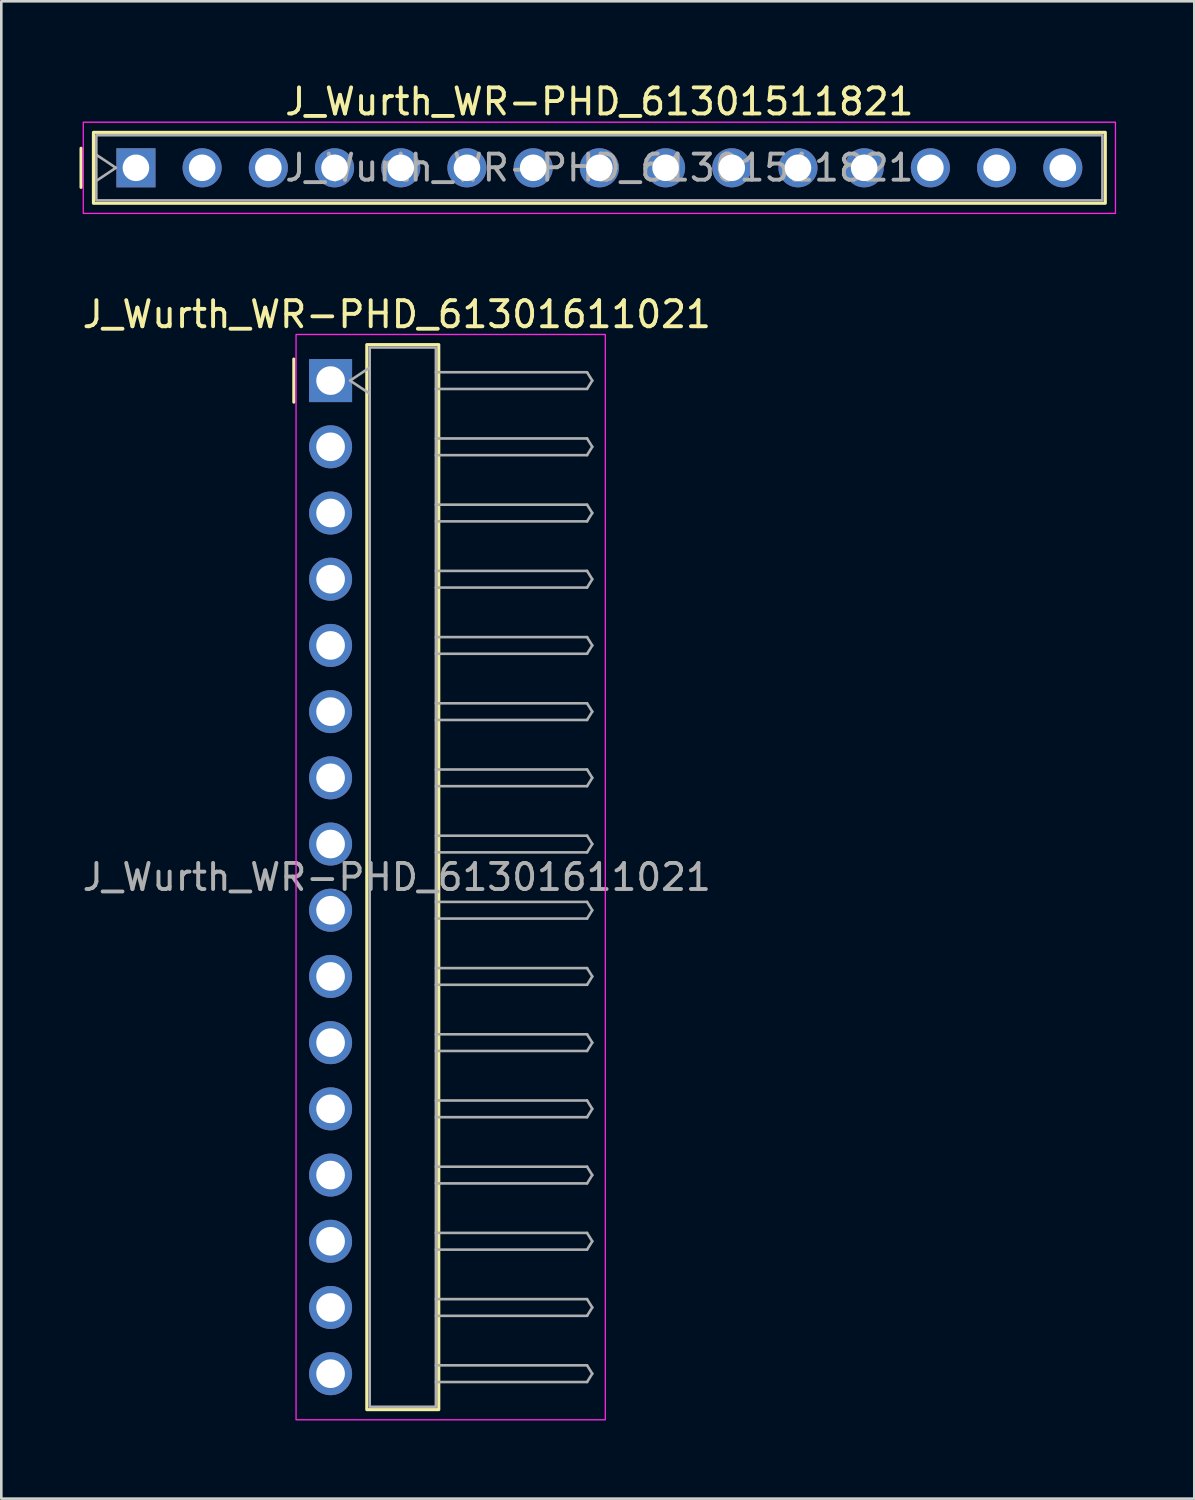
<source format=kicad_pcb>
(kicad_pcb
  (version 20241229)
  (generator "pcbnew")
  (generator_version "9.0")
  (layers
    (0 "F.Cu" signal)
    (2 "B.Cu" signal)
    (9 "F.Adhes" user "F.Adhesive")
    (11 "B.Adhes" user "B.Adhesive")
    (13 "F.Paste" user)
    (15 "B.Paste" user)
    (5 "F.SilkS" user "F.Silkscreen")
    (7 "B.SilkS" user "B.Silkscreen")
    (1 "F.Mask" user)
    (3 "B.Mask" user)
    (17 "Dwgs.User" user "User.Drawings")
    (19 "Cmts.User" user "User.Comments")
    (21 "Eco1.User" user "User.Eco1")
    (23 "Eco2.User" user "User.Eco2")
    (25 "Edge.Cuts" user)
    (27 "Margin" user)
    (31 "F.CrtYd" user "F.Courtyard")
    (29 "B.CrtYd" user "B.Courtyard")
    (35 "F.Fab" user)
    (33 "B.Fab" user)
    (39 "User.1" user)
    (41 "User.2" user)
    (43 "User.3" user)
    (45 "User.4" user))
  (footprint "J_Wurth_WR-PHD_61301511821"
    (layer "F.Cu")
    (at 2.165 3.388)
    (property "Reference" "J_Wurth_WR-PHD_61301511821" (at 17.78 -2.54 0) (unlocked yes) (layer "F.SilkS") (effects (font (size 1 1) (thickness 0.15))))
    (attr through_hole)
    (fp_line (start -2.105 -0.75) (end -2.105 0.75) (stroke (width 0.12) (type solid)) (layer "F.SilkS"))
    (fp_rect (start -1.63 -1.36) (end 37.19 1.36) (stroke (width 0.12) (type solid)) (fill no) (layer "F.SilkS"))
    (fp_rect (start -2.02 -1.75) (end 37.58 1.75) (stroke (width 0.05) (type solid)) (fill no) (layer "F.CrtYd"))
    (fp_line (start -1.52 -0.5) (end -0.77 0) (stroke (width 0.1) (type solid)) (layer "F.Fab"))
    (fp_line (start -0.77 0) (end -1.52 0.5) (stroke (width 0.1) (type solid)) (layer "F.Fab"))
    (fp_rect (start -1.52 -1.25) (end 37.08 1.25) (stroke (width 0.1) (type solid)) (fill no) (layer "F.Fab"))
    (fp_text user "${REFERENCE}" (at 17.78 0 0) (unlocked yes) (layer "F.Fab") (effects (font (size 1 1) (thickness 0.15))))
    (pad "1" thru_hole rect (at 0 0) (size 1.5 1.5) (drill 1.02) (layers "*.Cu" "*.Mask"))
    (pad "2" thru_hole circle (at 2.54 0) (size 1.5 1.5) (drill 1.02) (layers "*.Cu" "*.Mask"))
    (pad "3" thru_hole circle (at 5.08 0) (size 1.5 1.5) (drill 1.02) (layers "*.Cu" "*.Mask"))
    (pad "4" thru_hole circle (at 7.62 0) (size 1.5 1.5) (drill 1.02) (layers "*.Cu" "*.Mask"))
    (pad "5" thru_hole circle (at 10.16 0) (size 1.5 1.5) (drill 1.02) (layers "*.Cu" "*.Mask"))
    (pad "6" thru_hole circle (at 12.7 0) (size 1.5 1.5) (drill 1.02) (layers "*.Cu" "*.Mask"))
    (pad "7" thru_hole circle (at 15.24 0) (size 1.5 1.5) (drill 1.02) (layers "*.Cu" "*.Mask"))
    (pad "8" thru_hole circle (at 17.78 0) (size 1.5 1.5) (drill 1.02) (layers "*.Cu" "*.Mask"))
    (pad "9" thru_hole circle (at 20.32 0) (size 1.5 1.5) (drill 1.02) (layers "*.Cu" "*.Mask"))
    (pad "10" thru_hole circle (at 22.86 0) (size 1.5 1.5) (drill 1.02) (layers "*.Cu" "*.Mask"))
    (pad "11" thru_hole circle (at 25.4 0) (size 1.5 1.5) (drill 1.02) (layers "*.Cu" "*.Mask"))
    (pad "12" thru_hole circle (at 27.94 0) (size 1.5 1.5) (drill 1.02) (layers "*.Cu" "*.Mask"))
    (pad "13" thru_hole circle (at 30.48 0) (size 1.5 1.5) (drill 1.02) (layers "*.Cu" "*.Mask"))
    (pad "14" thru_hole circle (at 33.02 0) (size 1.5 1.5) (drill 1.02) (layers "*.Cu" "*.Mask"))
    (pad "15" thru_hole circle (at 35.56 0) (size 1.5 1.5) (drill 1.02) (layers "*.Cu" "*.Mask")))
  (footprint "J_Wurth_WR-PHD_61301611021"
    (layer "F.Cu")
    (at 9.633 11.552)
    (property "Reference" "J_Wurth_WR-PHD_61301611021" (at 2.54 -2.54 0) (unlocked yes) (layer "F.SilkS") (effects (font (size 1 1) (thickness 0.15))))
    (attr through_hole)
    (fp_line (start -1.41 -0.825) (end -1.41 0.825) (stroke (width 0.12) (type solid)) (layer "F.SilkS"))
    (fp_rect (start 1.39 -1.38) (end 4.15 39.48) (stroke (width 0.12) (type solid)) (fill no) (layer "F.SilkS"))
    (fp_rect (start -1.325 -1.77) (end 10.54 39.87) (stroke (width 0.05) (type solid)) (fill no) (layer "F.CrtYd"))
    (fp_line (start 0.75 0) (end 1.5 -0.5) (stroke (width 0.1) (type solid)) (layer "F.Fab"))
    (fp_line (start 0.75 0) (end 1.5 0.5) (stroke (width 0.1) (type solid)) (layer "F.Fab"))
    (fp_line (start 4.04 0.32) (end 9.84 0.32) (stroke (width 0.1) (type solid)) (layer "F.Fab"))
    (fp_line (start 4.04 2.86) (end 9.84 2.86) (stroke (width 0.1) (type solid)) (layer "F.Fab"))
    (fp_line (start 4.04 5.4) (end 9.84 5.4) (stroke (width 0.1) (type solid)) (layer "F.Fab"))
    (fp_line (start 4.04 7.94) (end 9.84 7.94) (stroke (width 0.1) (type solid)) (layer "F.Fab"))
    (fp_line (start 4.04 10.48) (end 9.84 10.48) (stroke (width 0.1) (type solid)) (layer "F.Fab"))
    (fp_line (start 4.04 13.02) (end 9.84 13.02) (stroke (width 0.1) (type solid)) (layer "F.Fab"))
    (fp_line (start 4.04 15.56) (end 9.84 15.56) (stroke (width 0.1) (type solid)) (layer "F.Fab"))
    (fp_line (start 4.04 18.1) (end 9.84 18.1) (stroke (width 0.1) (type solid)) (layer "F.Fab"))
    (fp_line (start 4.04 20.64) (end 9.84 20.64) (stroke (width 0.1) (type solid)) (layer "F.Fab"))
    (fp_line (start 4.04 23.18) (end 9.84 23.18) (stroke (width 0.1) (type solid)) (layer "F.Fab"))
    (fp_line (start 4.04 25.72) (end 9.84 25.72) (stroke (width 0.1) (type solid)) (layer "F.Fab"))
    (fp_line (start 4.04 28.26) (end 9.84 28.26) (stroke (width 0.1) (type solid)) (layer "F.Fab"))
    (fp_line (start 4.04 30.8) (end 9.84 30.8) (stroke (width 0.1) (type solid)) (layer "F.Fab"))
    (fp_line (start 4.04 33.34) (end 9.84 33.34) (stroke (width 0.1) (type solid)) (layer "F.Fab"))
    (fp_line (start 4.04 35.88) (end 9.84 35.88) (stroke (width 0.1) (type solid)) (layer "F.Fab"))
    (fp_line (start 4.04 38.42) (end 9.84 38.42) (stroke (width 0.1) (type solid)) (layer "F.Fab"))
    (fp_line (start 9.84 -0.32) (end 4.04 -0.32) (stroke (width 0.1) (type solid)) (layer "F.Fab"))
    (fp_line (start 9.84 0.32) (end 10.04 0) (stroke (width 0.1) (type default)) (layer "F.Fab"))
    (fp_line (start 9.84 2.22) (end 4.04 2.22) (stroke (width 0.1) (type solid)) (layer "F.Fab"))
    (fp_line (start 9.84 2.86) (end 10.04 2.54) (stroke (width 0.1) (type default)) (layer "F.Fab"))
    (fp_line (start 9.84 4.76) (end 4.04 4.76) (stroke (width 0.1) (type solid)) (layer "F.Fab"))
    (fp_line (start 9.84 5.4) (end 10.04 5.08) (stroke (width 0.1) (type default)) (layer "F.Fab"))
    (fp_line (start 9.84 7.3) (end 4.04 7.3) (stroke (width 0.1) (type solid)) (layer "F.Fab"))
    (fp_line (start 9.84 7.94) (end 10.04 7.62) (stroke (width 0.1) (type default)) (layer "F.Fab"))
    (fp_line (start 9.84 9.84) (end 4.04 9.84) (stroke (width 0.1) (type solid)) (layer "F.Fab"))
    (fp_line (start 9.84 10.48) (end 10.04 10.16) (stroke (width 0.1) (type solid)) (layer "F.Fab"))
    (fp_line (start 9.84 12.38) (end 4.04 12.38) (stroke (width 0.1) (type solid)) (layer "F.Fab"))
    (fp_line (start 9.84 13.02) (end 10.04 12.7) (stroke (width 0.1) (type solid)) (layer "F.Fab"))
    (fp_line (start 9.84 14.92) (end 4.04 14.92) (stroke (width 0.1) (type solid)) (layer "F.Fab"))
    (fp_line (start 9.84 15.56) (end 10.04 15.24) (stroke (width 0.1) (type solid)) (layer "F.Fab"))
    (fp_line (start 9.84 17.46) (end 4.04 17.46) (stroke (width 0.1) (type solid)) (layer "F.Fab"))
    (fp_line (start 9.84 20) (end 4.04 20) (stroke (width 0.1) (type solid)) (layer "F.Fab"))
    (fp_line (start 9.84 22.54) (end 4.04 22.54) (stroke (width 0.1) (type solid)) (layer "F.Fab"))
    (fp_line (start 9.84 25.08) (end 4.04 25.08) (stroke (width 0.1) (type solid)) (layer "F.Fab"))
    (fp_line (start 9.84 27.62) (end 4.04 27.62) (stroke (width 0.1) (type solid)) (layer "F.Fab"))
    (fp_line (start 9.84 30.16) (end 4.04 30.16) (stroke (width 0.1) (type solid)) (layer "F.Fab"))
    (fp_line (start 9.84 32.7) (end 4.04 32.7) (stroke (width 0.1) (type solid)) (layer "F.Fab"))
    (fp_line (start 9.84 35.24) (end 4.04 35.24) (stroke (width 0.1) (type solid)) (layer "F.Fab"))
    (fp_line (start 9.84 37.78) (end 4.04 37.78) (stroke (width 0.1) (type solid)) (layer "F.Fab"))
    (fp_line (start 10.04 0) (end 9.84 -0.32) (stroke (width 0.1) (type solid)) (layer "F.Fab"))
    (fp_line (start 10.04 2.54) (end 9.84 2.22) (stroke (width 0.1) (type solid)) (layer "F.Fab"))
    (fp_line (start 10.04 5.08) (end 9.84 4.76) (stroke (width 0.1) (type solid)) (layer "F.Fab"))
    (fp_line (start 10.04 7.62) (end 9.84 7.3) (stroke (width 0.1) (type solid)) (layer "F.Fab"))
    (fp_line (start 10.04 10.16) (end 9.84 9.84) (stroke (width 0.1) (type solid)) (layer "F.Fab"))
    (fp_line (start 10.04 12.7) (end 9.84 12.38) (stroke (width 0.1) (type solid)) (layer "F.Fab"))
    (fp_line (start 10.04 15.24) (end 9.84 14.92) (stroke (width 0.1) (type solid)) (layer "F.Fab"))
    (fp_line (start 10.04 17.78) (end 9.84 17.46) (stroke (width 0.1) (type solid)) (layer "F.Fab"))
    (fp_line (start 10.04 17.78) (end 9.84 18.1) (stroke (width 0.1) (type solid)) (layer "F.Fab"))
    (fp_line (start 10.04 20.32) (end 9.84 20) (stroke (width 0.1) (type solid)) (layer "F.Fab"))
    (fp_line (start 10.04 20.32) (end 9.84 20.64) (stroke (width 0.1) (type solid)) (layer "F.Fab"))
    (fp_line (start 10.04 22.86) (end 9.84 22.54) (stroke (width 0.1) (type solid)) (layer "F.Fab"))
    (fp_line (start 10.04 22.86) (end 9.84 23.18) (stroke (width 0.1) (type solid)) (layer "F.Fab"))
    (fp_line (start 10.04 25.4) (end 9.84 25.08) (stroke (width 0.1) (type solid)) (layer "F.Fab"))
    (fp_line (start 10.04 25.4) (end 9.84 25.72) (stroke (width 0.1) (type solid)) (layer "F.Fab"))
    (fp_line (start 10.04 27.94) (end 9.84 27.62) (stroke (width 0.1) (type solid)) (layer "F.Fab"))
    (fp_line (start 10.04 27.94) (end 9.84 28.26) (stroke (width 0.1) (type solid)) (layer "F.Fab"))
    (fp_line (start 10.04 30.48) (end 9.84 30.16) (stroke (width 0.1) (type solid)) (layer "F.Fab"))
    (fp_line (start 10.04 30.48) (end 9.84 30.8) (stroke (width 0.1) (type solid)) (layer "F.Fab"))
    (fp_line (start 10.04 33.02) (end 9.84 32.7) (stroke (width 0.1) (type solid)) (layer "F.Fab"))
    (fp_line (start 10.04 33.02) (end 9.84 33.34) (stroke (width 0.1) (type solid)) (layer "F.Fab"))
    (fp_line (start 10.04 35.56) (end 9.84 35.24) (stroke (width 0.1) (type solid)) (layer "F.Fab"))
    (fp_line (start 10.04 35.56) (end 9.84 35.88) (stroke (width 0.1) (type solid)) (layer "F.Fab"))
    (fp_line (start 10.04 38.1) (end 9.84 37.78) (stroke (width 0.1) (type solid)) (layer "F.Fab"))
    (fp_line (start 10.04 38.1) (end 9.84 38.42) (stroke (width 0.1) (type solid)) (layer "F.Fab"))
    (fp_rect (start 1.5 -1.27) (end 4.04 39.37) (stroke (width 0.1) (type solid)) (fill no) (layer "F.Fab"))
    (fp_text user "${REFERENCE}" (at 2.54 19.05 0) (unlocked yes) (layer "F.Fab") (effects (font (size 1 1) (thickness 0.15))))
    (pad "1" thru_hole rect (at 0 0 90) (size 1.65 1.65) (drill 1.1) (layers "*.Cu" "*.Mask"))
    (pad "2" thru_hole circle (at 0 2.54 90) (size 1.65 1.65) (drill 1.1) (layers "*.Cu" "*.Mask"))
    (pad "3" thru_hole circle (at 0 5.08 90) (size 1.65 1.65) (drill 1.1) (layers "*.Cu" "*.Mask"))
    (pad "4" thru_hole circle (at 0 7.62 90) (size 1.65 1.65) (drill 1.1) (layers "*.Cu" "*.Mask"))
    (pad "5" thru_hole circle (at 0 10.16 90) (size 1.65 1.65) (drill 1.1) (layers "*.Cu" "*.Mask"))
    (pad "6" thru_hole circle (at 0 12.7 90) (size 1.65 1.65) (drill 1.1) (layers "*.Cu" "*.Mask"))
    (pad "7" thru_hole circle (at 0 15.24 90) (size 1.65 1.65) (drill 1.1) (layers "*.Cu" "*.Mask"))
    (pad "8" thru_hole circle (at 0 17.78 90) (size 1.65 1.65) (drill 1.1) (layers "*.Cu" "*.Mask"))
    (pad "9" thru_hole circle (at 0 20.32 90) (size 1.65 1.65) (drill 1.1) (layers "*.Cu" "*.Mask"))
    (pad "10" thru_hole circle (at 0 22.86 90) (size 1.65 1.65) (drill 1.1) (layers "*.Cu" "*.Mask"))
    (pad "11" thru_hole circle (at 0 25.4 90) (size 1.65 1.65) (drill 1.1) (layers "*.Cu" "*.Mask"))
    (pad "12" thru_hole circle (at 0 27.94 90) (size 1.65 1.65) (drill 1.1) (layers "*.Cu" "*.Mask"))
    (pad "13" thru_hole circle (at 0 30.48 90) (size 1.65 1.65) (drill 1.1) (layers "*.Cu" "*.Mask"))
    (pad "14" thru_hole circle (at 0 33.02 90) (size 1.65 1.65) (drill 1.1) (layers "*.Cu" "*.Mask"))
    (pad "15" thru_hole circle (at 0 35.56 90) (size 1.65 1.65) (drill 1.1) (layers "*.Cu" "*.Mask"))
    (pad "16" thru_hole circle (at 0 38.1 90) (size 1.65 1.65) (drill 1.1) (layers "*.Cu" "*.Mask")))
  (gr_rect
    (start -3 -3)
    (end 42.77 54.447)
    (stroke (width 0.1) (type default))
    (fill no)
    (layer "Edge.Cuts")))
</source>
